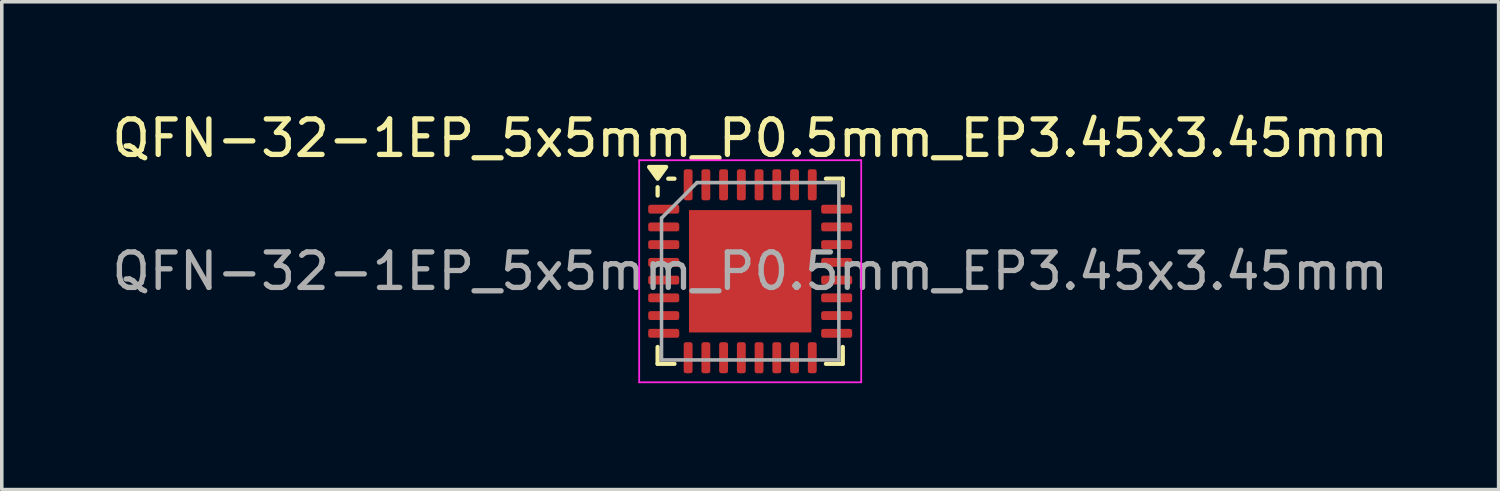
<source format=kicad_pcb>
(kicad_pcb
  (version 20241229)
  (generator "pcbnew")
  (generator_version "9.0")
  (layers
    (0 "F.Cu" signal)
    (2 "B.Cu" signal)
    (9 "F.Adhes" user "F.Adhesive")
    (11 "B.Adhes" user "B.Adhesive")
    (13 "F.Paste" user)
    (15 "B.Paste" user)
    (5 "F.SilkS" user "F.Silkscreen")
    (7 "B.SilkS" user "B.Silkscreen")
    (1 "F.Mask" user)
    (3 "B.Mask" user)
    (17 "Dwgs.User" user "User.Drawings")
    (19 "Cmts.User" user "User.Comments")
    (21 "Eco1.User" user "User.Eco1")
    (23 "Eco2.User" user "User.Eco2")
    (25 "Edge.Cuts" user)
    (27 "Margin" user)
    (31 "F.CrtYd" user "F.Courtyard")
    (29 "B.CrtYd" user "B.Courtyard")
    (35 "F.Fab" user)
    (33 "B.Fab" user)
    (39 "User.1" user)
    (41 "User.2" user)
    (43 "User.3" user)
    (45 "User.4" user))
  (footprint "QFN-32-1EP_5x5mm_P0.5mm_EP3.45x3.45mm"
    (layer "F.Cu")
    (at 18.101 4.598)
    (property "Reference" "QFN-32-1EP_5x5mm_P0.5mm_EP3.45x3.45mm" (at 0 -3.75 0) (layer "F.SilkS") (effects (font (size 1 1) (thickness 0.15))))
    (attr smd)
    (fp_line (start -2.61 -2.135) (end -2.61 -2.37) (stroke (width 0.12) (type solid)) (layer "F.SilkS"))
    (fp_line (start -2.61 2.61) (end -2.61 2.135) (stroke (width 0.12) (type solid)) (layer "F.SilkS"))
    (fp_line (start -2.135 -2.61) (end -2.31 -2.61) (stroke (width 0.12) (type solid)) (layer "F.SilkS"))
    (fp_line (start -2.135 2.61) (end -2.61 2.61) (stroke (width 0.12) (type solid)) (layer "F.SilkS"))
    (fp_line (start 2.135 -2.61) (end 2.61 -2.61) (stroke (width 0.12) (type solid)) (layer "F.SilkS"))
    (fp_line (start 2.135 2.61) (end 2.61 2.61) (stroke (width 0.12) (type solid)) (layer "F.SilkS"))
    (fp_line (start 2.61 -2.61) (end 2.61 -2.135) (stroke (width 0.12) (type solid)) (layer "F.SilkS"))
    (fp_line (start 2.61 2.61) (end 2.61 2.135) (stroke (width 0.12) (type solid)) (layer "F.SilkS"))
    (fp_poly (pts (xy -2.61 -2.61) (xy -2.85 -2.94) (xy -2.37 -2.94) (xy -2.61 -2.61)) (stroke (width 0.12) (type solid)) (fill yes) (layer "F.SilkS"))
    (fp_line (start -3.13 -3.13) (end -3.13 3.13) (stroke (width 0.05) (type solid)) (layer "F.CrtYd"))
    (fp_line (start -3.13 3.13) (end 3.13 3.13) (stroke (width 0.05) (type solid)) (layer "F.CrtYd"))
    (fp_line (start 3.13 -3.13) (end -3.13 -3.13) (stroke (width 0.05) (type solid)) (layer "F.CrtYd"))
    (fp_line (start 3.13 3.13) (end 3.13 -3.13) (stroke (width 0.05) (type solid)) (layer "F.CrtYd"))
    (fp_line (start -2.5 -1.5) (end -1.5 -2.5) (stroke (width 0.1) (type solid)) (layer "F.Fab"))
    (fp_line (start -2.5 2.5) (end -2.5 -1.5) (stroke (width 0.1) (type solid)) (layer "F.Fab"))
    (fp_line (start -1.5 -2.5) (end 2.5 -2.5) (stroke (width 0.1) (type solid)) (layer "F.Fab"))
    (fp_line (start 2.5 -2.5) (end 2.5 2.5) (stroke (width 0.1) (type solid)) (layer "F.Fab"))
    (fp_line (start 2.5 2.5) (end -2.5 2.5) (stroke (width 0.1) (type solid)) (layer "F.Fab"))
    (fp_text user "${REFERENCE}" (at 0 0 0) (layer "F.Fab") (effects (font (size 1 1) (thickness 0.15))))
    (pad "" smd roundrect (at -1.15 -1.15) (size 0.93 0.93) (layers "F.Paste") (roundrect_rratio 0.25))
    (pad "" smd roundrect (at -1.15 0) (size 0.93 0.93) (layers "F.Paste") (roundrect_rratio 0.25))
    (pad "" smd roundrect (at -1.15 1.15) (size 0.93 0.93) (layers "F.Paste") (roundrect_rratio 0.25))
    (pad "" smd roundrect (at 0 -1.15) (size 0.93 0.93) (layers "F.Paste") (roundrect_rratio 0.25))
    (pad "" smd roundrect (at 0 0) (size 0.93 0.93) (layers "F.Paste") (roundrect_rratio 0.25))
    (pad "" smd roundrect (at 0 1.15) (size 0.93 0.93) (layers "F.Paste") (roundrect_rratio 0.25))
    (pad "" smd roundrect (at 1.15 -1.15) (size 0.93 0.93) (layers "F.Paste") (roundrect_rratio 0.25))
    (pad "" smd roundrect (at 1.15 0) (size 0.93 0.93) (layers "F.Paste") (roundrect_rratio 0.25))
    (pad "" smd roundrect (at 1.15 1.15) (size 0.93 0.93) (layers "F.Paste") (roundrect_rratio 0.25))
    (pad "1" smd roundrect (at -2.438 -1.75) (size 0.875 0.25) (layers "F.Cu" "F.Mask" "F.Paste") (roundrect_rratio 0.25))
    (pad "2" smd roundrect (at -2.438 -1.25) (size 0.875 0.25) (layers "F.Cu" "F.Mask" "F.Paste") (roundrect_rratio 0.25))
    (pad "3" smd roundrect (at -2.438 -0.75) (size 0.875 0.25) (layers "F.Cu" "F.Mask" "F.Paste") (roundrect_rratio 0.25))
    (pad "4" smd roundrect (at -2.438 -0.25) (size 0.875 0.25) (layers "F.Cu" "F.Mask" "F.Paste") (roundrect_rratio 0.25))
    (pad "5" smd roundrect (at -2.438 0.25) (size 0.875 0.25) (layers "F.Cu" "F.Mask" "F.Paste") (roundrect_rratio 0.25))
    (pad "6" smd roundrect (at -2.438 0.75) (size 0.875 0.25) (layers "F.Cu" "F.Mask" "F.Paste") (roundrect_rratio 0.25))
    (pad "7" smd roundrect (at -2.438 1.25) (size 0.875 0.25) (layers "F.Cu" "F.Mask" "F.Paste") (roundrect_rratio 0.25))
    (pad "8" smd roundrect (at -2.438 1.75) (size 0.875 0.25) (layers "F.Cu" "F.Mask" "F.Paste") (roundrect_rratio 0.25))
    (pad "9" smd roundrect (at -1.75 2.438) (size 0.25 0.875) (layers "F.Cu" "F.Mask" "F.Paste") (roundrect_rratio 0.25))
    (pad "10" smd roundrect (at -1.25 2.438) (size 0.25 0.875) (layers "F.Cu" "F.Mask" "F.Paste") (roundrect_rratio 0.25))
    (pad "11" smd roundrect (at -0.75 2.438) (size 0.25 0.875) (layers "F.Cu" "F.Mask" "F.Paste") (roundrect_rratio 0.25))
    (pad "12" smd roundrect (at -0.25 2.438) (size 0.25 0.875) (layers "F.Cu" "F.Mask" "F.Paste") (roundrect_rratio 0.25))
    (pad "13" smd roundrect (at 0.25 2.438) (size 0.25 0.875) (layers "F.Cu" "F.Mask" "F.Paste") (roundrect_rratio 0.25))
    (pad "14" smd roundrect (at 0.75 2.438) (size 0.25 0.875) (layers "F.Cu" "F.Mask" "F.Paste") (roundrect_rratio 0.25))
    (pad "15" smd roundrect (at 1.25 2.438) (size 0.25 0.875) (layers "F.Cu" "F.Mask" "F.Paste") (roundrect_rratio 0.25))
    (pad "16" smd roundrect (at 1.75 2.438) (size 0.25 0.875) (layers "F.Cu" "F.Mask" "F.Paste") (roundrect_rratio 0.25))
    (pad "17" smd roundrect (at 2.438 1.75) (size 0.875 0.25) (layers "F.Cu" "F.Mask" "F.Paste") (roundrect_rratio 0.25))
    (pad "18" smd roundrect (at 2.438 1.25) (size 0.875 0.25) (layers "F.Cu" "F.Mask" "F.Paste") (roundrect_rratio 0.25))
    (pad "19" smd roundrect (at 2.438 0.75) (size 0.875 0.25) (layers "F.Cu" "F.Mask" "F.Paste") (roundrect_rratio 0.25))
    (pad "20" smd roundrect (at 2.438 0.25) (size 0.875 0.25) (layers "F.Cu" "F.Mask" "F.Paste") (roundrect_rratio 0.25))
    (pad "21" smd roundrect (at 2.438 -0.25) (size 0.875 0.25) (layers "F.Cu" "F.Mask" "F.Paste") (roundrect_rratio 0.25))
    (pad "22" smd roundrect (at 2.438 -0.75) (size 0.875 0.25) (layers "F.Cu" "F.Mask" "F.Paste") (roundrect_rratio 0.25))
    (pad "23" smd roundrect (at 2.438 -1.25) (size 0.875 0.25) (layers "F.Cu" "F.Mask" "F.Paste") (roundrect_rratio 0.25))
    (pad "24" smd roundrect (at 2.438 -1.75) (size 0.875 0.25) (layers "F.Cu" "F.Mask" "F.Paste") (roundrect_rratio 0.25))
    (pad "25" smd roundrect (at 1.75 -2.438) (size 0.25 0.875) (layers "F.Cu" "F.Mask" "F.Paste") (roundrect_rratio 0.25))
    (pad "26" smd roundrect (at 1.25 -2.438) (size 0.25 0.875) (layers "F.Cu" "F.Mask" "F.Paste") (roundrect_rratio 0.25))
    (pad "27" smd roundrect (at 0.75 -2.438) (size 0.25 0.875) (layers "F.Cu" "F.Mask" "F.Paste") (roundrect_rratio 0.25))
    (pad "28" smd roundrect (at 0.25 -2.438) (size 0.25 0.875) (layers "F.Cu" "F.Mask" "F.Paste") (roundrect_rratio 0.25))
    (pad "29" smd roundrect (at -0.25 -2.438) (size 0.25 0.875) (layers "F.Cu" "F.Mask" "F.Paste") (roundrect_rratio 0.25))
    (pad "30" smd roundrect (at -0.75 -2.438) (size 0.25 0.875) (layers "F.Cu" "F.Mask" "F.Paste") (roundrect_rratio 0.25))
    (pad "31" smd roundrect (at -1.25 -2.438) (size 0.25 0.875) (layers "F.Cu" "F.Mask" "F.Paste") (roundrect_rratio 0.25))
    (pad "32" smd roundrect (at -1.75 -2.438) (size 0.25 0.875) (layers "F.Cu" "F.Mask" "F.Paste") (roundrect_rratio 0.25))
    (pad "33" smd rect (at 0 0) (size 3.45 3.45) (property pad_prop_heatsink) (layers "F.Cu" "F.Mask")))
  (gr_rect
    (start -3 -3)
    (end 39.202 10.753)
    (stroke (width 0.1) (type default))
    (fill no)
    (layer "Edge.Cuts")))
</source>
